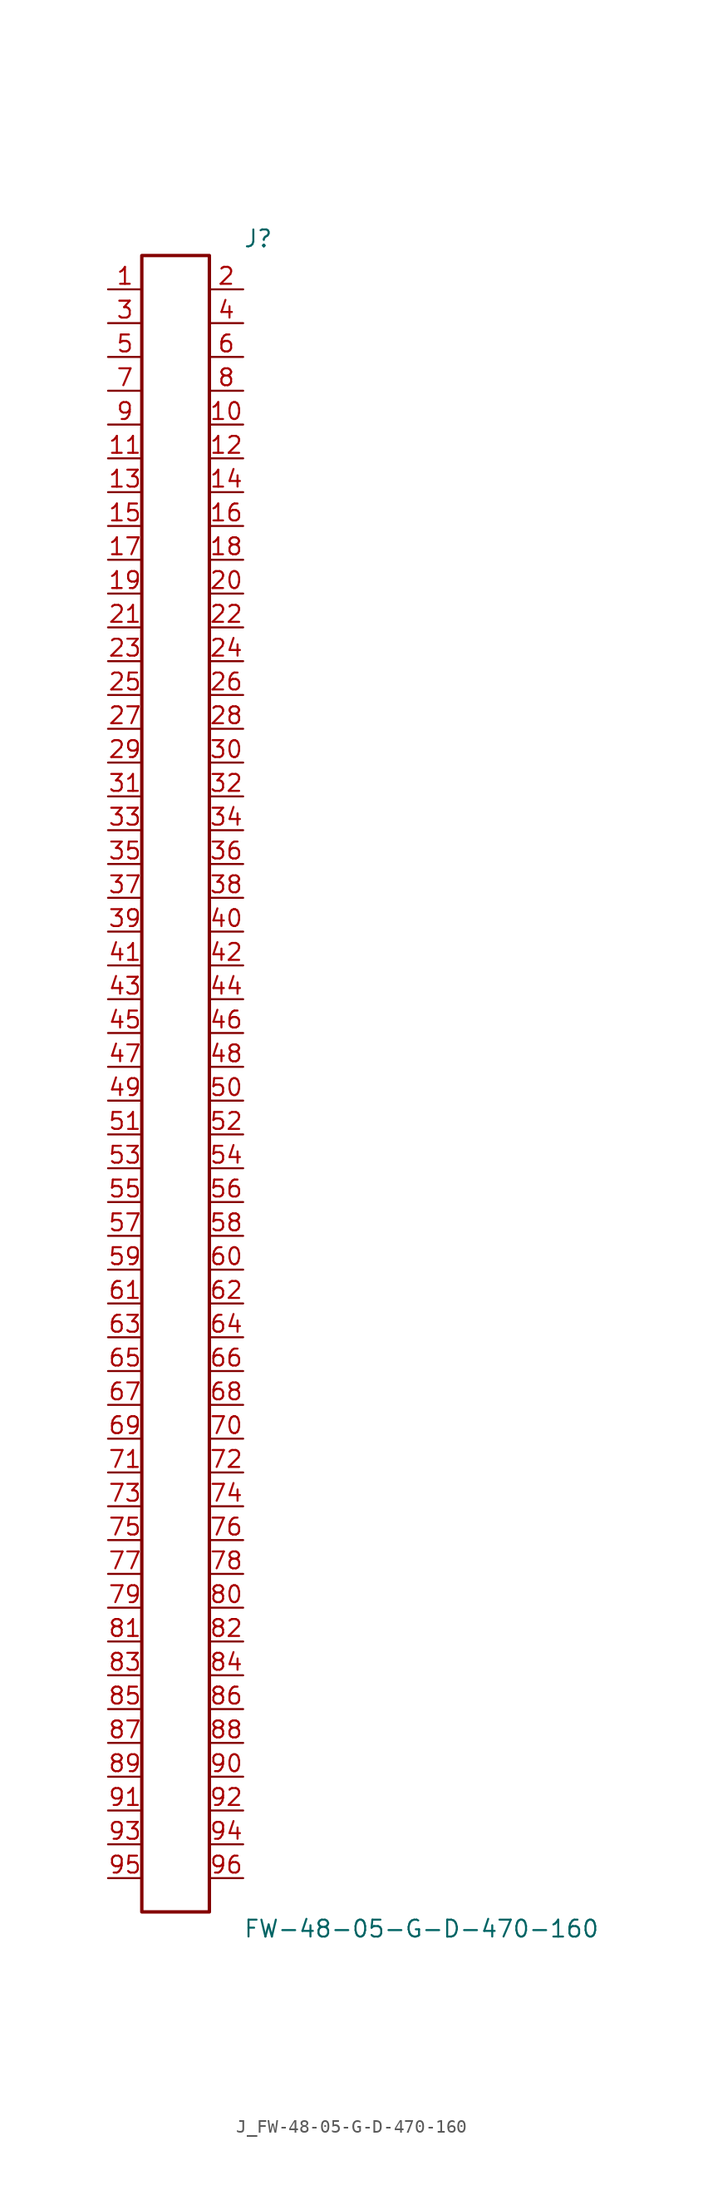
<source format=kicad_sym>
(kicad_symbol_lib
  (version 20231120)
  (generator kicad_symbol_editor)
  (generator_version 8.0)
  (symbol "J_FW-48-05-G-D-470-160"
    (pin_names
      (offset 0.254))
    (property "Reference" "J"
      (at 5.08 63.5 0)
      (effects (font (size 1.27 1.27)) (justify left)))
    (property "Value" "FW-48-05-G-D-470-160"
      (at 5.08 -63.5 0)
      (effects (font (size 1.27 1.27)) (justify left)))
    (symbol "J_FW-48-05-G-D-470-160_0_0"
      (pin unspecified line (at -5.08 59.69 0) (length 2.54) (name "" (effects (font (size 1.27 1.27)))) (number "1" (effects (font (size 1.27 1.27)))))
      (pin unspecified line (at 5.08 59.69 180) (length 2.54) (name "" (effects (font (size 1.27 1.27)))) (number "2" (effects (font (size 1.27 1.27)))))
      (pin unspecified line (at -5.08 57.15 0) (length 2.54) (name "" (effects (font (size 1.27 1.27)))) (number "3" (effects (font (size 1.27 1.27)))))
      (pin unspecified line (at 5.08 57.15 180) (length 2.54) (name "" (effects (font (size 1.27 1.27)))) (number "4" (effects (font (size 1.27 1.27)))))
      (pin unspecified line (at -5.08 54.61 0) (length 2.54) (name "" (effects (font (size 1.27 1.27)))) (number "5" (effects (font (size 1.27 1.27)))))
      (pin unspecified line (at 5.08 54.61 180) (length 2.54) (name "" (effects (font (size 1.27 1.27)))) (number "6" (effects (font (size 1.27 1.27)))))
      (pin unspecified line (at -5.08 52.07 0) (length 2.54) (name "" (effects (font (size 1.27 1.27)))) (number "7" (effects (font (size 1.27 1.27)))))
      (pin unspecified line (at 5.08 52.07 180) (length 2.54) (name "" (effects (font (size 1.27 1.27)))) (number "8" (effects (font (size 1.27 1.27)))))
      (pin unspecified line (at -5.08 49.53 0) (length 2.54) (name "" (effects (font (size 1.27 1.27)))) (number "9" (effects (font (size 1.27 1.27)))))
      (pin unspecified line (at 5.08 49.53 180) (length 2.54) (name "" (effects (font (size 1.27 1.27)))) (number "10" (effects (font (size 1.27 1.27)))))
      (pin unspecified line (at -5.08 46.99 0) (length 2.54) (name "" (effects (font (size 1.27 1.27)))) (number "11" (effects (font (size 1.27 1.27)))))
      (pin unspecified line (at 5.08 46.99 180) (length 2.54) (name "" (effects (font (size 1.27 1.27)))) (number "12" (effects (font (size 1.27 1.27)))))
      (pin unspecified line (at -5.08 44.45 0) (length 2.54) (name "" (effects (font (size 1.27 1.27)))) (number "13" (effects (font (size 1.27 1.27)))))
      (pin unspecified line (at 5.08 44.45 180) (length 2.54) (name "" (effects (font (size 1.27 1.27)))) (number "14" (effects (font (size 1.27 1.27)))))
      (pin unspecified line (at -5.08 41.91 0) (length 2.54) (name "" (effects (font (size 1.27 1.27)))) (number "15" (effects (font (size 1.27 1.27)))))
      (pin unspecified line (at 5.08 41.91 180) (length 2.54) (name "" (effects (font (size 1.27 1.27)))) (number "16" (effects (font (size 1.27 1.27)))))
      (pin unspecified line (at -5.08 39.37 0) (length 2.54) (name "" (effects (font (size 1.27 1.27)))) (number "17" (effects (font (size 1.27 1.27)))))
      (pin unspecified line (at 5.08 39.37 180) (length 2.54) (name "" (effects (font (size 1.27 1.27)))) (number "18" (effects (font (size 1.27 1.27)))))
      (pin unspecified line (at -5.08 36.83 0) (length 2.54) (name "" (effects (font (size 1.27 1.27)))) (number "19" (effects (font (size 1.27 1.27)))))
      (pin unspecified line (at 5.08 36.83 180) (length 2.54) (name "" (effects (font (size 1.27 1.27)))) (number "20" (effects (font (size 1.27 1.27)))))
      (pin unspecified line (at -5.08 34.29 0) (length 2.54) (name "" (effects (font (size 1.27 1.27)))) (number "21" (effects (font (size 1.27 1.27)))))
      (pin unspecified line (at 5.08 34.29 180) (length 2.54) (name "" (effects (font (size 1.27 1.27)))) (number "22" (effects (font (size 1.27 1.27)))))
      (pin unspecified line (at -5.08 31.75 0) (length 2.54) (name "" (effects (font (size 1.27 1.27)))) (number "23" (effects (font (size 1.27 1.27)))))
      (pin unspecified line (at 5.08 31.75 180) (length 2.54) (name "" (effects (font (size 1.27 1.27)))) (number "24" (effects (font (size 1.27 1.27)))))
      (pin unspecified line (at -5.08 29.21 0) (length 2.54) (name "" (effects (font (size 1.27 1.27)))) (number "25" (effects (font (size 1.27 1.27)))))
      (pin unspecified line (at 5.08 29.21 180) (length 2.54) (name "" (effects (font (size 1.27 1.27)))) (number "26" (effects (font (size 1.27 1.27)))))
      (pin unspecified line (at -5.08 26.67 0) (length 2.54) (name "" (effects (font (size 1.27 1.27)))) (number "27" (effects (font (size 1.27 1.27)))))
      (pin unspecified line (at 5.08 26.67 180) (length 2.54) (name "" (effects (font (size 1.27 1.27)))) (number "28" (effects (font (size 1.27 1.27)))))
      (pin unspecified line (at -5.08 24.13 0) (length 2.54) (name "" (effects (font (size 1.27 1.27)))) (number "29" (effects (font (size 1.27 1.27)))))
      (pin unspecified line (at 5.08 24.13 180) (length 2.54) (name "" (effects (font (size 1.27 1.27)))) (number "30" (effects (font (size 1.27 1.27)))))
      (pin unspecified line (at -5.08 21.59 0) (length 2.54) (name "" (effects (font (size 1.27 1.27)))) (number "31" (effects (font (size 1.27 1.27)))))
      (pin unspecified line (at 5.08 21.59 180) (length 2.54) (name "" (effects (font (size 1.27 1.27)))) (number "32" (effects (font (size 1.27 1.27)))))
      (pin unspecified line (at -5.08 19.05 0) (length 2.54) (name "" (effects (font (size 1.27 1.27)))) (number "33" (effects (font (size 1.27 1.27)))))
      (pin unspecified line (at 5.08 19.05 180) (length 2.54) (name "" (effects (font (size 1.27 1.27)))) (number "34" (effects (font (size 1.27 1.27)))))
      (pin unspecified line (at -5.08 16.51 0) (length 2.54) (name "" (effects (font (size 1.27 1.27)))) (number "35" (effects (font (size 1.27 1.27)))))
      (pin unspecified line (at 5.08 16.51 180) (length 2.54) (name "" (effects (font (size 1.27 1.27)))) (number "36" (effects (font (size 1.27 1.27)))))
      (pin unspecified line (at -5.08 13.97 0) (length 2.54) (name "" (effects (font (size 1.27 1.27)))) (number "37" (effects (font (size 1.27 1.27)))))
      (pin unspecified line (at 5.08 13.97 180) (length 2.54) (name "" (effects (font (size 1.27 1.27)))) (number "38" (effects (font (size 1.27 1.27)))))
      (pin unspecified line (at -5.08 11.43 0) (length 2.54) (name "" (effects (font (size 1.27 1.27)))) (number "39" (effects (font (size 1.27 1.27)))))
      (pin unspecified line (at 5.08 11.43 180) (length 2.54) (name "" (effects (font (size 1.27 1.27)))) (number "40" (effects (font (size 1.27 1.27)))))
      (pin unspecified line (at -5.08 8.89 0) (length 2.54) (name "" (effects (font (size 1.27 1.27)))) (number "41" (effects (font (size 1.27 1.27)))))
      (pin unspecified line (at 5.08 8.89 180) (length 2.54) (name "" (effects (font (size 1.27 1.27)))) (number "42" (effects (font (size 1.27 1.27)))))
      (pin unspecified line (at -5.08 6.35 0) (length 2.54) (name "" (effects (font (size 1.27 1.27)))) (number "43" (effects (font (size 1.27 1.27)))))
      (pin unspecified line (at 5.08 6.35 180) (length 2.54) (name "" (effects (font (size 1.27 1.27)))) (number "44" (effects (font (size 1.27 1.27)))))
      (pin unspecified line (at -5.08 3.81 0) (length 2.54) (name "" (effects (font (size 1.27 1.27)))) (number "45" (effects (font (size 1.27 1.27)))))
      (pin unspecified line (at 5.08 3.81 180) (length 2.54) (name "" (effects (font (size 1.27 1.27)))) (number "46" (effects (font (size 1.27 1.27)))))
      (pin unspecified line (at -5.08 1.27 0) (length 2.54) (name "" (effects (font (size 1.27 1.27)))) (number "47" (effects (font (size 1.27 1.27)))))
      (pin unspecified line (at 5.08 1.27 180) (length 2.54) (name "" (effects (font (size 1.27 1.27)))) (number "48" (effects (font (size 1.27 1.27)))))
      (pin unspecified line (at -5.08 -1.27 0) (length 2.54) (name "" (effects (font (size 1.27 1.27)))) (number "49" (effects (font (size 1.27 1.27)))))
      (pin unspecified line (at 5.08 -1.27 180) (length 2.54) (name "" (effects (font (size 1.27 1.27)))) (number "50" (effects (font (size 1.27 1.27)))))
      (pin unspecified line (at -5.08 -3.81 0) (length 2.54) (name "" (effects (font (size 1.27 1.27)))) (number "51" (effects (font (size 1.27 1.27)))))
      (pin unspecified line (at 5.08 -3.81 180) (length 2.54) (name "" (effects (font (size 1.27 1.27)))) (number "52" (effects (font (size 1.27 1.27)))))
      (pin unspecified line (at -5.08 -6.35 0) (length 2.54) (name "" (effects (font (size 1.27 1.27)))) (number "53" (effects (font (size 1.27 1.27)))))
      (pin unspecified line (at 5.08 -6.35 180) (length 2.54) (name "" (effects (font (size 1.27 1.27)))) (number "54" (effects (font (size 1.27 1.27)))))
      (pin unspecified line (at -5.08 -8.89 0) (length 2.54) (name "" (effects (font (size 1.27 1.27)))) (number "55" (effects (font (size 1.27 1.27)))))
      (pin unspecified line (at 5.08 -8.89 180) (length 2.54) (name "" (effects (font (size 1.27 1.27)))) (number "56" (effects (font (size 1.27 1.27)))))
      (pin unspecified line (at -5.08 -11.43 0) (length 2.54) (name "" (effects (font (size 1.27 1.27)))) (number "57" (effects (font (size 1.27 1.27)))))
      (pin unspecified line (at 5.08 -11.43 180) (length 2.54) (name "" (effects (font (size 1.27 1.27)))) (number "58" (effects (font (size 1.27 1.27)))))
      (pin unspecified line (at -5.08 -13.97 0) (length 2.54) (name "" (effects (font (size 1.27 1.27)))) (number "59" (effects (font (size 1.27 1.27)))))
      (pin unspecified line (at 5.08 -13.97 180) (length 2.54) (name "" (effects (font (size 1.27 1.27)))) (number "60" (effects (font (size 1.27 1.27)))))
      (pin unspecified line (at -5.08 -16.51 0) (length 2.54) (name "" (effects (font (size 1.27 1.27)))) (number "61" (effects (font (size 1.27 1.27)))))
      (pin unspecified line (at 5.08 -16.51 180) (length 2.54) (name "" (effects (font (size 1.27 1.27)))) (number "62" (effects (font (size 1.27 1.27)))))
      (pin unspecified line (at -5.08 -19.05 0) (length 2.54) (name "" (effects (font (size 1.27 1.27)))) (number "63" (effects (font (size 1.27 1.27)))))
      (pin unspecified line (at 5.08 -19.05 180) (length 2.54) (name "" (effects (font (size 1.27 1.27)))) (number "64" (effects (font (size 1.27 1.27)))))
      (pin unspecified line (at -5.08 -21.59 0) (length 2.54) (name "" (effects (font (size 1.27 1.27)))) (number "65" (effects (font (size 1.27 1.27)))))
      (pin unspecified line (at 5.08 -21.59 180) (length 2.54) (name "" (effects (font (size 1.27 1.27)))) (number "66" (effects (font (size 1.27 1.27)))))
      (pin unspecified line (at -5.08 -24.13 0) (length 2.54) (name "" (effects (font (size 1.27 1.27)))) (number "67" (effects (font (size 1.27 1.27)))))
      (pin unspecified line (at 5.08 -24.13 180) (length 2.54) (name "" (effects (font (size 1.27 1.27)))) (number "68" (effects (font (size 1.27 1.27)))))
      (pin unspecified line (at -5.08 -26.67 0) (length 2.54) (name "" (effects (font (size 1.27 1.27)))) (number "69" (effects (font (size 1.27 1.27)))))
      (pin unspecified line (at 5.08 -26.67 180) (length 2.54) (name "" (effects (font (size 1.27 1.27)))) (number "70" (effects (font (size 1.27 1.27)))))
      (pin unspecified line (at -5.08 -29.21 0) (length 2.54) (name "" (effects (font (size 1.27 1.27)))) (number "71" (effects (font (size 1.27 1.27)))))
      (pin unspecified line (at 5.08 -29.21 180) (length 2.54) (name "" (effects (font (size 1.27 1.27)))) (number "72" (effects (font (size 1.27 1.27)))))
      (pin unspecified line (at -5.08 -31.75 0) (length 2.54) (name "" (effects (font (size 1.27 1.27)))) (number "73" (effects (font (size 1.27 1.27)))))
      (pin unspecified line (at 5.08 -31.75 180) (length 2.54) (name "" (effects (font (size 1.27 1.27)))) (number "74" (effects (font (size 1.27 1.27)))))
      (pin unspecified line (at -5.08 -34.29 0) (length 2.54) (name "" (effects (font (size 1.27 1.27)))) (number "75" (effects (font (size 1.27 1.27)))))
      (pin unspecified line (at 5.08 -34.29 180) (length 2.54) (name "" (effects (font (size 1.27 1.27)))) (number "76" (effects (font (size 1.27 1.27)))))
      (pin unspecified line (at -5.08 -36.83 0) (length 2.54) (name "" (effects (font (size 1.27 1.27)))) (number "77" (effects (font (size 1.27 1.27)))))
      (pin unspecified line (at 5.08 -36.83 180) (length 2.54) (name "" (effects (font (size 1.27 1.27)))) (number "78" (effects (font (size 1.27 1.27)))))
      (pin unspecified line (at -5.08 -39.37 0) (length 2.54) (name "" (effects (font (size 1.27 1.27)))) (number "79" (effects (font (size 1.27 1.27)))))
      (pin unspecified line (at 5.08 -39.37 180) (length 2.54) (name "" (effects (font (size 1.27 1.27)))) (number "80" (effects (font (size 1.27 1.27)))))
      (pin unspecified line (at -5.08 -41.91 0) (length 2.54) (name "" (effects (font (size 1.27 1.27)))) (number "81" (effects (font (size 1.27 1.27)))))
      (pin unspecified line (at 5.08 -41.91 180) (length 2.54) (name "" (effects (font (size 1.27 1.27)))) (number "82" (effects (font (size 1.27 1.27)))))
      (pin unspecified line (at -5.08 -44.45 0) (length 2.54) (name "" (effects (font (size 1.27 1.27)))) (number "83" (effects (font (size 1.27 1.27)))))
      (pin unspecified line (at 5.08 -44.45 180) (length 2.54) (name "" (effects (font (size 1.27 1.27)))) (number "84" (effects (font (size 1.27 1.27)))))
      (pin unspecified line (at -5.08 -46.99 0) (length 2.54) (name "" (effects (font (size 1.27 1.27)))) (number "85" (effects (font (size 1.27 1.27)))))
      (pin unspecified line (at 5.08 -46.99 180) (length 2.54) (name "" (effects (font (size 1.27 1.27)))) (number "86" (effects (font (size 1.27 1.27)))))
      (pin unspecified line (at -5.08 -49.53 0) (length 2.54) (name "" (effects (font (size 1.27 1.27)))) (number "87" (effects (font (size 1.27 1.27)))))
      (pin unspecified line (at 5.08 -49.53 180) (length 2.54) (name "" (effects (font (size 1.27 1.27)))) (number "88" (effects (font (size 1.27 1.27)))))
      (pin unspecified line (at -5.08 -52.07 0) (length 2.54) (name "" (effects (font (size 1.27 1.27)))) (number "89" (effects (font (size 1.27 1.27)))))
      (pin unspecified line (at 5.08 -52.07 180) (length 2.54) (name "" (effects (font (size 1.27 1.27)))) (number "90" (effects (font (size 1.27 1.27)))))
      (pin unspecified line (at -5.08 -54.61 0) (length 2.54) (name "" (effects (font (size 1.27 1.27)))) (number "91" (effects (font (size 1.27 1.27)))))
      (pin unspecified line (at 5.08 -54.61 180) (length 2.54) (name "" (effects (font (size 1.27 1.27)))) (number "92" (effects (font (size 1.27 1.27)))))
      (pin unspecified line (at -5.08 -57.15 0) (length 2.54) (name "" (effects (font (size 1.27 1.27)))) (number "93" (effects (font (size 1.27 1.27)))))
      (pin unspecified line (at 5.08 -57.15 180) (length 2.54) (name "" (effects (font (size 1.27 1.27)))) (number "94" (effects (font (size 1.27 1.27)))))
      (pin unspecified line (at -5.08 -59.69 0) (length 2.54) (name "" (effects (font (size 1.27 1.27)))) (number "95" (effects (font (size 1.27 1.27)))))
      (pin unspecified line (at 5.08 -59.69 180) (length 2.54) (name "" (effects (font (size 1.27 1.27)))) (number "96" (effects (font (size 1.27 1.27))))))
    (symbol "J_FW-48-05-G-D-470-160_1_0"
      (rectangle (start -2.54 62.23) (end 2.54 -62.23) (stroke (width 0.254) (type solid)) (fill (type none))))))
</source>
